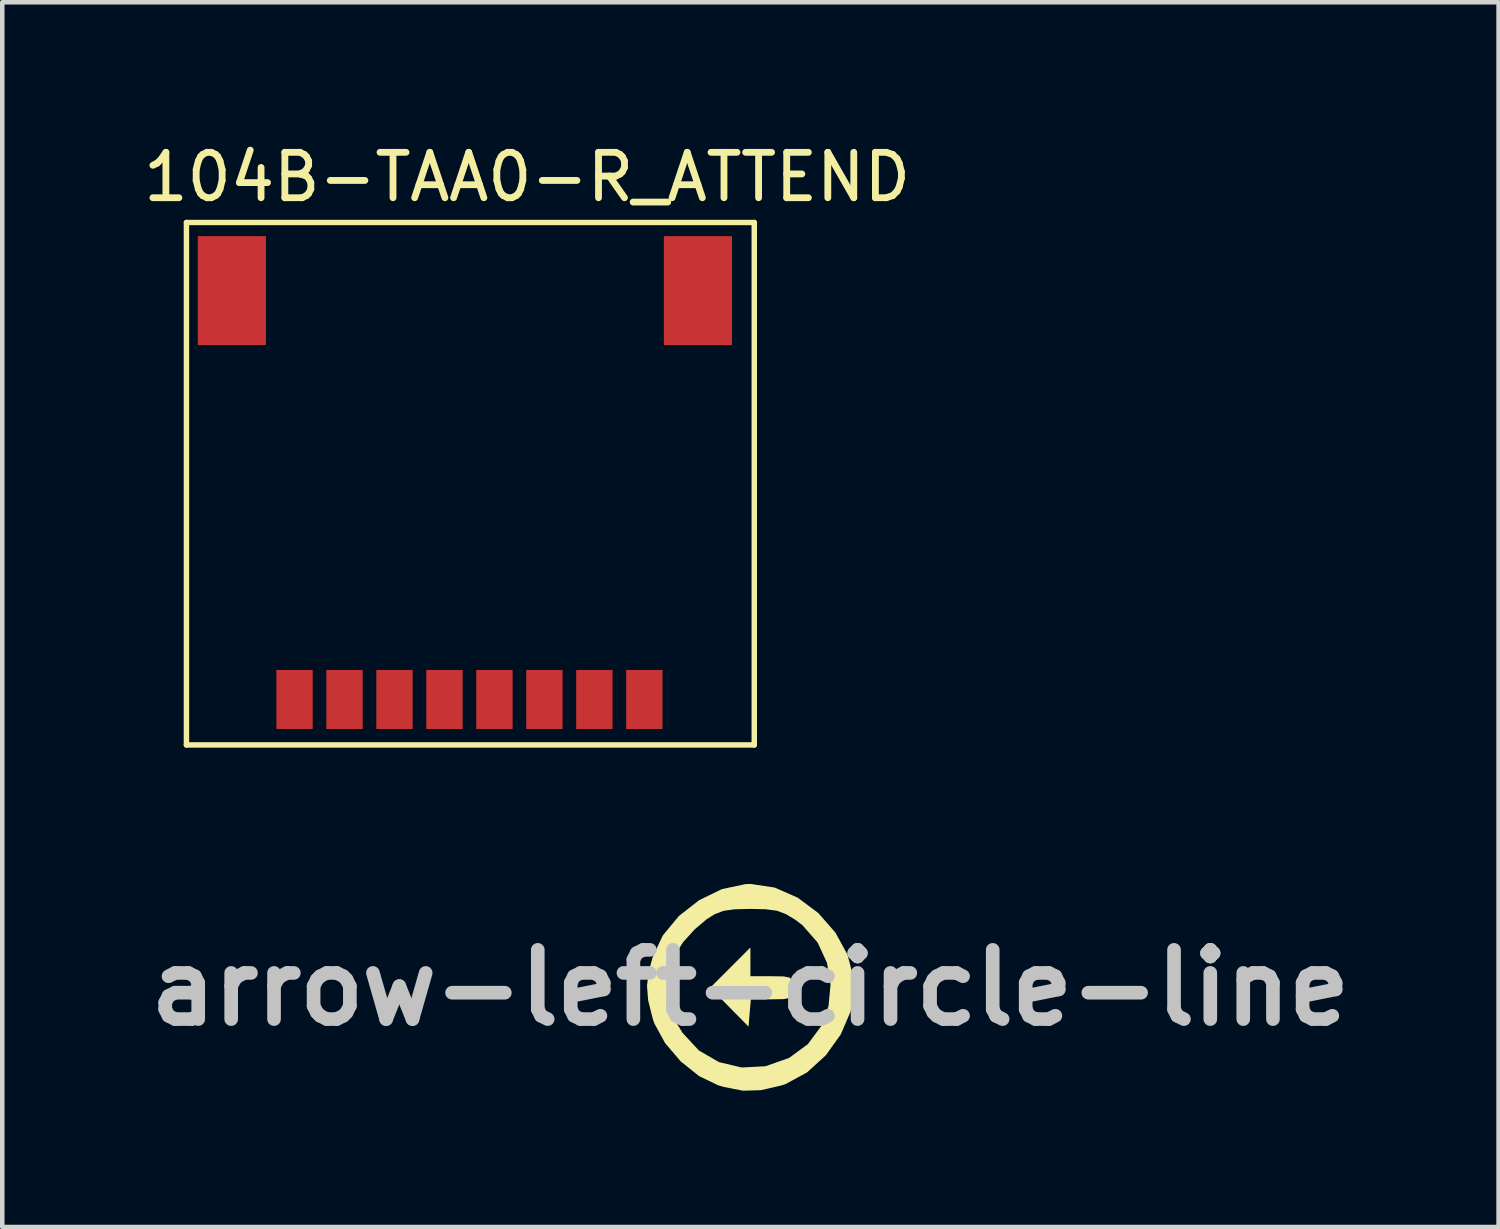
<source format=kicad_pcb>
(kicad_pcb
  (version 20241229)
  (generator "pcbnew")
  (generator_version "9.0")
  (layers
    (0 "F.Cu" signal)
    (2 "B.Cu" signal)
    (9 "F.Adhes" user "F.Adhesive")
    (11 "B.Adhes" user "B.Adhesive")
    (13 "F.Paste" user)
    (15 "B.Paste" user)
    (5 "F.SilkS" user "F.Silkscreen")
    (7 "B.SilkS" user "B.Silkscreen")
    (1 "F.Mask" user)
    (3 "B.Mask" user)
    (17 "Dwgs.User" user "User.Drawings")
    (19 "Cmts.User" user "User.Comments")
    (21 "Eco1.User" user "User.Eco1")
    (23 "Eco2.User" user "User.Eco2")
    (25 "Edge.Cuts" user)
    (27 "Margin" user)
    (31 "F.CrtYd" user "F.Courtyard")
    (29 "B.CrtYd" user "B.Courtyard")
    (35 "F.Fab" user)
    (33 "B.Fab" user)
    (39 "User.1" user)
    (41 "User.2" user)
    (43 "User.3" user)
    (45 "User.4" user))
  (footprint "arrow-left-circle-line"
    (layer "F.Cu")
    (at 13.469 18.694)
    (property "Reference" "arrow-left-circle-line" (at 0 0 0) (layer "Dwgs.User") (effects (font (size 1.524 1.524) (thickness 0.3))))
    (attr board_only exclude_from_pos_files exclude_from_bom)
    (fp_poly (pts (xy 0 -0.254) (xy 0.466 -0.254) (xy 0.732 -0.25) (xy 0.87 -0.222) (xy 0.923 -0.147) (xy 0.931 -0.004) (xy 0.931 0) (xy 0.923 0.146) (xy 0.871 0.221) (xy 0.734 0.25) (xy 0.471 0.254) (xy 0.01 0.254) (xy -0.016 0.555) (xy -0.042 0.855) (xy -0.464 0.426) (xy -0.885 -0.002) (xy -0.442 -0.445) (xy 0 -0.887)) (stroke (width 0) (type solid)) (fill yes) (layer "F.SilkS"))
    (fp_poly (pts (xy 0.534 -2.206) (xy 1.042 -1.983) (xy 1.496 -1.644) (xy 1.871 -1.215) (xy 2.139 -0.724) (xy 2.275 -0.196) (xy 2.286 0) (xy 2.207 0.519) (xy 1.989 1.027) (xy 1.659 1.488) (xy 1.246 1.864) (xy 0.777 2.118) (xy 0.674 2.152) (xy 0.228 2.255) (xy -0.163 2.266) (xy -0.583 2.184) (xy -0.71 2.147) (xy -1.131 1.944) (xy -1.536 1.619) (xy -1.878 1.218) (xy -2.114 0.787) (xy -2.152 0.674) (xy -2.251 0.278) (xy -2.273 0) (xy -1.736 0) (xy -1.728 0.35) (xy -1.693 0.593) (xy -1.618 0.79) (xy -1.494 0.992) (xy -1.135 1.38) (xy -0.691 1.637) (xy -0.193 1.755) (xy 0.329 1.728) (xy 0.844 1.548) (xy 0.855 1.542) (xy 1.264 1.242) (xy 1.553 0.852) (xy 1.72 0.403) (xy 1.764 -0.075) (xy 1.685 -0.551) (xy 1.48 -0.995) (xy 1.148 -1.375) (xy 0.992 -1.494) (xy 0.781 -1.622) (xy 0.583 -1.696) (xy 0.337 -1.728) (xy 0 -1.736) (xy -0.352 -1.727) (xy -0.595 -1.693) (xy -0.789 -1.618) (xy -0.96 -1.511) (xy -1.224 -1.288) (xy -1.467 -1.02) (xy -1.511 -0.96) (xy -1.631 -0.762) (xy -1.7 -0.566) (xy -1.73 -0.311) (xy -1.736 0) (xy -2.273 0) (xy -2.277 -0.048) (xy -2.229 -0.387) (xy -2.152 -0.674) (xy -1.928 -1.152) (xy -1.575 -1.579) (xy -1.129 -1.928) (xy -0.627 -2.172) (xy -0.107 -2.282) (xy 0 -2.286)) (stroke (width 0) (type solid)) (fill yes) (layer "F.SilkS")))
  (footprint "104B-TAA0-R_ATTEND"
    (layer "F.Cu")
    (at 2.054 3.348)
    (property "Reference" "104B-TAA0-R_ATTEND" (at 6.5 -2.5 0) (layer "F.SilkS") (effects (font (size 1 1) (thickness 0.15))))
    (attr through_hole)
    (fp_line (start -1 -1.5) (end -1 10) (stroke (width 0.12) (type solid)) (layer "F.SilkS"))
    (fp_line (start -1 -1.5) (end 11.5 -1.5) (stroke (width 0.12) (type solid)) (layer "F.SilkS"))
    (fp_line (start -1 10) (end 11.5 10) (stroke (width 0.12) (type solid)) (layer "F.SilkS"))
    (fp_line (start 11.5 -1.5) (end 11.5 10) (stroke (width 0.12) (type solid)) (layer "F.SilkS"))
    (pad "1" smd rect (at 9.08 9) (size 0.8 1.3) (layers "F.Cu" "F.Mask" "F.Paste"))
    (pad "2" smd rect (at 7.98 9) (size 0.8 1.3) (layers "F.Cu" "F.Mask" "F.Paste"))
    (pad "3" smd rect (at 6.88 9) (size 0.8 1.3) (layers "F.Cu" "F.Mask" "F.Paste"))
    (pad "4" smd rect (at 5.78 9) (size 0.8 1.3) (layers "F.Cu" "F.Mask" "F.Paste"))
    (pad "5" smd rect (at 4.68 9) (size 0.8 1.3) (layers "F.Cu" "F.Mask" "F.Paste"))
    (pad "6" smd rect (at 3.58 9) (size 0.8 1.3) (layers "F.Cu" "F.Mask" "F.Paste"))
    (pad "7" smd rect (at 2.48 9) (size 0.8 1.3) (layers "F.Cu" "F.Mask" "F.Paste"))
    (pad "8" smd rect (at 1.38 9) (size 0.8 1.3) (layers "F.Cu" "F.Mask" "F.Paste"))
    (pad "9" smd rect (at 0 0) (size 1.5 2.4) (layers "F.Cu" "F.Mask" "F.Paste"))
    (pad "10" smd rect (at 10.26 0) (size 1.5 2.4) (layers "F.Cu" "F.Mask" "F.Paste")))
  (gr_rect
    (start -3 -3)
    (end 29.939 23.96)
    (stroke (width 0.1) (type default))
    (fill no)
    (layer "Edge.Cuts")))
</source>
